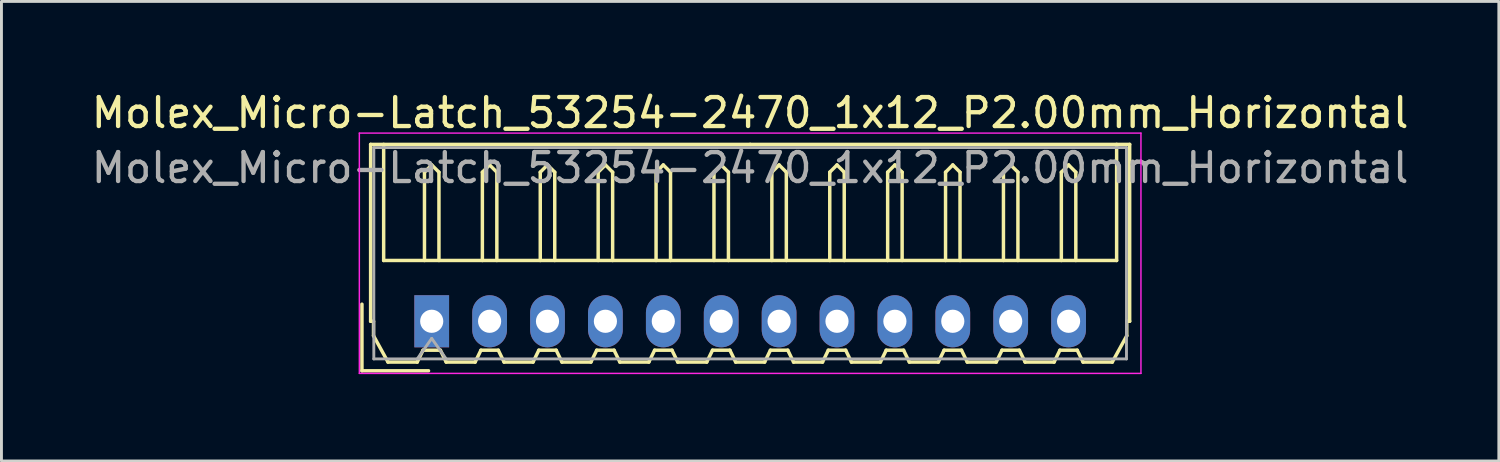
<source format=kicad_pcb>
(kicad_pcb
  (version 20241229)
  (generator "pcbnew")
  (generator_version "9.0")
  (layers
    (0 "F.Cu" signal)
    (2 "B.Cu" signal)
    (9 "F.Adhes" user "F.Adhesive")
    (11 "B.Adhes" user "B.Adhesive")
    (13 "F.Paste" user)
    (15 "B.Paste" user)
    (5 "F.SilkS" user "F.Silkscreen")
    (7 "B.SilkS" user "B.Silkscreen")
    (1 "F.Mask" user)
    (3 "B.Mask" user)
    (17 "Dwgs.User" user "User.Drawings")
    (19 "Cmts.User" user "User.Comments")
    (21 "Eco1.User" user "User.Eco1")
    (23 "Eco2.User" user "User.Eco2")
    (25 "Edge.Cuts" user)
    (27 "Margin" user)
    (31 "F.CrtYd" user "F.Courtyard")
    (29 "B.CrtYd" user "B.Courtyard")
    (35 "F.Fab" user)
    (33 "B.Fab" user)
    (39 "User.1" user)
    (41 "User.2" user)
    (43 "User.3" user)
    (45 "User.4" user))
  (footprint "Molex_Micro-Latch_53254-2470_1x12_P2.00mm_Horizontal"
    (layer "F.Cu")
    (at 11.863 8.048)
    (property "Reference" "Molex_Micro-Latch_53254-2470_1x12_P2.00mm_Horizontal" (at 11 -7.2 0) (layer "F.SilkS") (effects (font (size 1 1) (thickness 0.15))))
    (attr through_hole)
    (fp_line (start -2.41 1.71) (end -2.41 -0.59) (stroke (width 0.12) (type solid)) (layer "F.SilkS"))
    (fp_line (start -2.11 -6.11) (end 11 -6.11) (stroke (width 0.12) (type solid)) (layer "F.SilkS"))
    (fp_line (start -2.11 0) (end -2.11 -6.11) (stroke (width 0.12) (type solid)) (layer "F.SilkS"))
    (fp_line (start -2.01 0) (end -2.11 0) (stroke (width 0.12) (type solid)) (layer "F.SilkS"))
    (fp_line (start -2.01 0.5) (end -2.01 0) (stroke (width 0.12) (type solid)) (layer "F.SilkS"))
    (fp_line (start -1.66 -6.11) (end -1.66 -2.1) (stroke (width 0.12) (type solid)) (layer "F.SilkS"))
    (fp_line (start -1.66 -2.1) (end 23.66 -2.1) (stroke (width 0.12) (type solid)) (layer "F.SilkS"))
    (fp_line (start -1.51 1.41) (end -2.01 0.5) (stroke (width 0.12) (type solid)) (layer "F.SilkS"))
    (fp_line (start -0.5 1.41) (end -1.51 1.41) (stroke (width 0.12) (type solid)) (layer "F.SilkS"))
    (fp_line (start -0.3 1) (end -0.5 1.41) (stroke (width 0.12) (type solid)) (layer "F.SilkS"))
    (fp_line (start -0.3 1) (end 0.3 1) (stroke (width 0.12) (type solid)) (layer "F.SilkS"))
    (fp_line (start -0.25 -5.15) (end 0 -5.4) (stroke (width 0.12) (type solid)) (layer "F.SilkS"))
    (fp_line (start -0.25 -2.1) (end -0.25 -5.15) (stroke (width 0.12) (type solid)) (layer "F.SilkS"))
    (fp_line (start -0.11 1.71) (end -2.41 1.71) (stroke (width 0.12) (type solid)) (layer "F.SilkS"))
    (fp_line (start 0 -5.4) (end 0.25 -5.15) (stroke (width 0.12) (type solid)) (layer "F.SilkS"))
    (fp_line (start 0.25 -5.15) (end 0.25 -2.1) (stroke (width 0.12) (type solid)) (layer "F.SilkS"))
    (fp_line (start 0.3 1) (end 0.5 1.41) (stroke (width 0.12) (type solid)) (layer "F.SilkS"))
    (fp_line (start 0.5 1.41) (end 1.5 1.41) (stroke (width 0.12) (type solid)) (layer "F.SilkS"))
    (fp_line (start 1.5 1.41) (end 1.7 1) (stroke (width 0.12) (type solid)) (layer "F.SilkS"))
    (fp_line (start 1.7 1) (end 2.3 1) (stroke (width 0.12) (type solid)) (layer "F.SilkS"))
    (fp_line (start 1.75 -5.15) (end 2 -5.4) (stroke (width 0.12) (type solid)) (layer "F.SilkS"))
    (fp_line (start 1.75 -2.1) (end 1.75 -5.15) (stroke (width 0.12) (type solid)) (layer "F.SilkS"))
    (fp_line (start 2 -5.4) (end 2.25 -5.15) (stroke (width 0.12) (type solid)) (layer "F.SilkS"))
    (fp_line (start 2.25 -5.15) (end 2.25 -2.1) (stroke (width 0.12) (type solid)) (layer "F.SilkS"))
    (fp_line (start 2.3 1) (end 2.5 1.41) (stroke (width 0.12) (type solid)) (layer "F.SilkS"))
    (fp_line (start 2.5 1.41) (end 3.5 1.41) (stroke (width 0.12) (type solid)) (layer "F.SilkS"))
    (fp_line (start 3.5 1.41) (end 3.7 1) (stroke (width 0.12) (type solid)) (layer "F.SilkS"))
    (fp_line (start 3.7 1) (end 4.3 1) (stroke (width 0.12) (type solid)) (layer "F.SilkS"))
    (fp_line (start 3.75 -5.15) (end 4 -5.4) (stroke (width 0.12) (type solid)) (layer "F.SilkS"))
    (fp_line (start 3.75 -2.1) (end 3.75 -5.15) (stroke (width 0.12) (type solid)) (layer "F.SilkS"))
    (fp_line (start 4 -5.4) (end 4.25 -5.15) (stroke (width 0.12) (type solid)) (layer "F.SilkS"))
    (fp_line (start 4.25 -5.15) (end 4.25 -2.1) (stroke (width 0.12) (type solid)) (layer "F.SilkS"))
    (fp_line (start 4.3 1) (end 4.5 1.41) (stroke (width 0.12) (type solid)) (layer "F.SilkS"))
    (fp_line (start 4.5 1.41) (end 5.5 1.41) (stroke (width 0.12) (type solid)) (layer "F.SilkS"))
    (fp_line (start 5.5 1.41) (end 5.7 1) (stroke (width 0.12) (type solid)) (layer "F.SilkS"))
    (fp_line (start 5.7 1) (end 6.3 1) (stroke (width 0.12) (type solid)) (layer "F.SilkS"))
    (fp_line (start 5.75 -5.15) (end 6 -5.4) (stroke (width 0.12) (type solid)) (layer "F.SilkS"))
    (fp_line (start 5.75 -2.1) (end 5.75 -5.15) (stroke (width 0.12) (type solid)) (layer "F.SilkS"))
    (fp_line (start 6 -5.4) (end 6.25 -5.15) (stroke (width 0.12) (type solid)) (layer "F.SilkS"))
    (fp_line (start 6.25 -5.15) (end 6.25 -2.1) (stroke (width 0.12) (type solid)) (layer "F.SilkS"))
    (fp_line (start 6.3 1) (end 6.5 1.41) (stroke (width 0.12) (type solid)) (layer "F.SilkS"))
    (fp_line (start 6.5 1.41) (end 7.5 1.41) (stroke (width 0.12) (type solid)) (layer "F.SilkS"))
    (fp_line (start 7.5 1.41) (end 7.7 1) (stroke (width 0.12) (type solid)) (layer "F.SilkS"))
    (fp_line (start 7.7 1) (end 8.3 1) (stroke (width 0.12) (type solid)) (layer "F.SilkS"))
    (fp_line (start 7.75 -5.15) (end 8 -5.4) (stroke (width 0.12) (type solid)) (layer "F.SilkS"))
    (fp_line (start 7.75 -2.1) (end 7.75 -5.15) (stroke (width 0.12) (type solid)) (layer "F.SilkS"))
    (fp_line (start 8 -5.4) (end 8.25 -5.15) (stroke (width 0.12) (type solid)) (layer "F.SilkS"))
    (fp_line (start 8.25 -5.15) (end 8.25 -2.1) (stroke (width 0.12) (type solid)) (layer "F.SilkS"))
    (fp_line (start 8.3 1) (end 8.5 1.41) (stroke (width 0.12) (type solid)) (layer "F.SilkS"))
    (fp_line (start 8.5 1.41) (end 9.5 1.41) (stroke (width 0.12) (type solid)) (layer "F.SilkS"))
    (fp_line (start 9.5 1.41) (end 9.7 1) (stroke (width 0.12) (type solid)) (layer "F.SilkS"))
    (fp_line (start 9.7 1) (end 10.3 1) (stroke (width 0.12) (type solid)) (layer "F.SilkS"))
    (fp_line (start 9.75 -5.15) (end 10 -5.4) (stroke (width 0.12) (type solid)) (layer "F.SilkS"))
    (fp_line (start 9.75 -2.1) (end 9.75 -5.15) (stroke (width 0.12) (type solid)) (layer "F.SilkS"))
    (fp_line (start 10 -5.4) (end 10.25 -5.15) (stroke (width 0.12) (type solid)) (layer "F.SilkS"))
    (fp_line (start 10.25 -5.15) (end 10.25 -2.1) (stroke (width 0.12) (type solid)) (layer "F.SilkS"))
    (fp_line (start 10.3 1) (end 10.5 1.41) (stroke (width 0.12) (type solid)) (layer "F.SilkS"))
    (fp_line (start 10.5 1.41) (end 11.5 1.41) (stroke (width 0.12) (type solid)) (layer "F.SilkS"))
    (fp_line (start 11.5 1.41) (end 11.7 1) (stroke (width 0.12) (type solid)) (layer "F.SilkS"))
    (fp_line (start 11.7 1) (end 12.3 1) (stroke (width 0.12) (type solid)) (layer "F.SilkS"))
    (fp_line (start 11.75 -5.15) (end 12 -5.4) (stroke (width 0.12) (type solid)) (layer "F.SilkS"))
    (fp_line (start 11.75 -2.1) (end 11.75 -5.15) (stroke (width 0.12) (type solid)) (layer "F.SilkS"))
    (fp_line (start 12 -5.4) (end 12.25 -5.15) (stroke (width 0.12) (type solid)) (layer "F.SilkS"))
    (fp_line (start 12.25 -5.15) (end 12.25 -2.1) (stroke (width 0.12) (type solid)) (layer "F.SilkS"))
    (fp_line (start 12.3 1) (end 12.5 1.41) (stroke (width 0.12) (type solid)) (layer "F.SilkS"))
    (fp_line (start 12.5 1.41) (end 13.5 1.41) (stroke (width 0.12) (type solid)) (layer "F.SilkS"))
    (fp_line (start 13.5 1.41) (end 13.7 1) (stroke (width 0.12) (type solid)) (layer "F.SilkS"))
    (fp_line (start 13.7 1) (end 14.3 1) (stroke (width 0.12) (type solid)) (layer "F.SilkS"))
    (fp_line (start 13.75 -5.15) (end 14 -5.4) (stroke (width 0.12) (type solid)) (layer "F.SilkS"))
    (fp_line (start 13.75 -2.1) (end 13.75 -5.15) (stroke (width 0.12) (type solid)) (layer "F.SilkS"))
    (fp_line (start 14 -5.4) (end 14.25 -5.15) (stroke (width 0.12) (type solid)) (layer "F.SilkS"))
    (fp_line (start 14.25 -5.15) (end 14.25 -2.1) (stroke (width 0.12) (type solid)) (layer "F.SilkS"))
    (fp_line (start 14.3 1) (end 14.5 1.41) (stroke (width 0.12) (type solid)) (layer "F.SilkS"))
    (fp_line (start 14.5 1.41) (end 15.5 1.41) (stroke (width 0.12) (type solid)) (layer "F.SilkS"))
    (fp_line (start 15.5 1.41) (end 15.7 1) (stroke (width 0.12) (type solid)) (layer "F.SilkS"))
    (fp_line (start 15.7 1) (end 16.3 1) (stroke (width 0.12) (type solid)) (layer "F.SilkS"))
    (fp_line (start 15.75 -5.15) (end 16 -5.4) (stroke (width 0.12) (type solid)) (layer "F.SilkS"))
    (fp_line (start 15.75 -2.1) (end 15.75 -5.15) (stroke (width 0.12) (type solid)) (layer "F.SilkS"))
    (fp_line (start 16 -5.4) (end 16.25 -5.15) (stroke (width 0.12) (type solid)) (layer "F.SilkS"))
    (fp_line (start 16.25 -5.15) (end 16.25 -2.1) (stroke (width 0.12) (type solid)) (layer "F.SilkS"))
    (fp_line (start 16.3 1) (end 16.5 1.41) (stroke (width 0.12) (type solid)) (layer "F.SilkS"))
    (fp_line (start 16.5 1.41) (end 17.5 1.41) (stroke (width 0.12) (type solid)) (layer "F.SilkS"))
    (fp_line (start 17.5 1.41) (end 17.7 1) (stroke (width 0.12) (type solid)) (layer "F.SilkS"))
    (fp_line (start 17.7 1) (end 18.3 1) (stroke (width 0.12) (type solid)) (layer "F.SilkS"))
    (fp_line (start 17.75 -5.15) (end 18 -5.4) (stroke (width 0.12) (type solid)) (layer "F.SilkS"))
    (fp_line (start 17.75 -2.1) (end 17.75 -5.15) (stroke (width 0.12) (type solid)) (layer "F.SilkS"))
    (fp_line (start 18 -5.4) (end 18.25 -5.15) (stroke (width 0.12) (type solid)) (layer "F.SilkS"))
    (fp_line (start 18.25 -5.15) (end 18.25 -2.1) (stroke (width 0.12) (type solid)) (layer "F.SilkS"))
    (fp_line (start 18.3 1) (end 18.5 1.41) (stroke (width 0.12) (type solid)) (layer "F.SilkS"))
    (fp_line (start 18.5 1.41) (end 19.5 1.41) (stroke (width 0.12) (type solid)) (layer "F.SilkS"))
    (fp_line (start 19.5 1.41) (end 19.7 1) (stroke (width 0.12) (type solid)) (layer "F.SilkS"))
    (fp_line (start 19.7 1) (end 20.3 1) (stroke (width 0.12) (type solid)) (layer "F.SilkS"))
    (fp_line (start 19.75 -5.15) (end 20 -5.4) (stroke (width 0.12) (type solid)) (layer "F.SilkS"))
    (fp_line (start 19.75 -2.1) (end 19.75 -5.15) (stroke (width 0.12) (type solid)) (layer "F.SilkS"))
    (fp_line (start 20 -5.4) (end 20.25 -5.15) (stroke (width 0.12) (type solid)) (layer "F.SilkS"))
    (fp_line (start 20.25 -5.15) (end 20.25 -2.1) (stroke (width 0.12) (type solid)) (layer "F.SilkS"))
    (fp_line (start 20.3 1) (end 20.5 1.41) (stroke (width 0.12) (type solid)) (layer "F.SilkS"))
    (fp_line (start 20.5 1.41) (end 21.5 1.41) (stroke (width 0.12) (type solid)) (layer "F.SilkS"))
    (fp_line (start 21.5 1.41) (end 21.7 1) (stroke (width 0.12) (type solid)) (layer "F.SilkS"))
    (fp_line (start 21.7 1) (end 22.3 1) (stroke (width 0.12) (type solid)) (layer "F.SilkS"))
    (fp_line (start 21.75 -5.15) (end 22 -5.4) (stroke (width 0.12) (type solid)) (layer "F.SilkS"))
    (fp_line (start 21.75 -2.1) (end 21.75 -5.15) (stroke (width 0.12) (type solid)) (layer "F.SilkS"))
    (fp_line (start 22 -5.4) (end 22.25 -5.15) (stroke (width 0.12) (type solid)) (layer "F.SilkS"))
    (fp_line (start 22.25 -5.15) (end 22.25 -2.1) (stroke (width 0.12) (type solid)) (layer "F.SilkS"))
    (fp_line (start 22.3 1) (end 22.5 1.41) (stroke (width 0.12) (type solid)) (layer "F.SilkS"))
    (fp_line (start 22.5 1.41) (end 23.51 1.41) (stroke (width 0.12) (type solid)) (layer "F.SilkS"))
    (fp_line (start 23.51 1.41) (end 24.01 0.5) (stroke (width 0.12) (type solid)) (layer "F.SilkS"))
    (fp_line (start 23.66 -2.1) (end 23.66 -6.11) (stroke (width 0.12) (type solid)) (layer "F.SilkS"))
    (fp_line (start 24.01 0) (end 24.11 0) (stroke (width 0.12) (type solid)) (layer "F.SilkS"))
    (fp_line (start 24.01 0.5) (end 24.01 0) (stroke (width 0.12) (type solid)) (layer "F.SilkS"))
    (fp_line (start 24.11 -6.11) (end 11 -6.11) (stroke (width 0.12) (type solid)) (layer "F.SilkS"))
    (fp_line (start 24.11 0) (end 24.11 -6.11) (stroke (width 0.12) (type solid)) (layer "F.SilkS"))
    (fp_line (start -2.5 -6.5) (end -2.5 1.8) (stroke (width 0.05) (type solid)) (layer "F.CrtYd"))
    (fp_line (start -2.5 1.8) (end 24.5 1.8) (stroke (width 0.05) (type solid)) (layer "F.CrtYd"))
    (fp_line (start 24.5 -6.5) (end -2.5 -6.5) (stroke (width 0.05) (type solid)) (layer "F.CrtYd"))
    (fp_line (start 24.5 1.8) (end 24.5 -6.5) (stroke (width 0.05) (type solid)) (layer "F.CrtYd"))
    (fp_line (start -2 -6) (end -2 1.3) (stroke (width 0.1) (type solid)) (layer "F.Fab"))
    (fp_line (start -2 1.3) (end 24 1.3) (stroke (width 0.1) (type solid)) (layer "F.Fab"))
    (fp_line (start -0.5 1.3) (end 0 0.593) (stroke (width 0.1) (type solid)) (layer "F.Fab"))
    (fp_line (start 0 0.593) (end 0.5 1.3) (stroke (width 0.1) (type solid)) (layer "F.Fab"))
    (fp_line (start 24 -6) (end -2 -6) (stroke (width 0.1) (type solid)) (layer "F.Fab"))
    (fp_line (start 24 1.3) (end 24 -6) (stroke (width 0.1) (type solid)) (layer "F.Fab"))
    (fp_text user "${REFERENCE}" (at 11 -5.3 0) (layer "F.Fab") (effects (font (size 1 1) (thickness 0.15))))
    (pad "1" thru_hole rect (at 0 0) (size 1.2 1.8) (drill 0.8) (layers "*.Cu" "*.Mask"))
    (pad "2" thru_hole oval (at 2 0) (size 1.2 1.8) (drill 0.8) (layers "*.Cu" "*.Mask"))
    (pad "3" thru_hole oval (at 4 0) (size 1.2 1.8) (drill 0.8) (layers "*.Cu" "*.Mask"))
    (pad "4" thru_hole oval (at 6 0) (size 1.2 1.8) (drill 0.8) (layers "*.Cu" "*.Mask"))
    (pad "5" thru_hole oval (at 8 0) (size 1.2 1.8) (drill 0.8) (layers "*.Cu" "*.Mask"))
    (pad "6" thru_hole oval (at 10 0) (size 1.2 1.8) (drill 0.8) (layers "*.Cu" "*.Mask"))
    (pad "7" thru_hole oval (at 12 0) (size 1.2 1.8) (drill 0.8) (layers "*.Cu" "*.Mask"))
    (pad "8" thru_hole oval (at 14 0) (size 1.2 1.8) (drill 0.8) (layers "*.Cu" "*.Mask"))
    (pad "9" thru_hole oval (at 16 0) (size 1.2 1.8) (drill 0.8) (layers "*.Cu" "*.Mask"))
    (pad "10" thru_hole oval (at 18 0) (size 1.2 1.8) (drill 0.8) (layers "*.Cu" "*.Mask"))
    (pad "11" thru_hole oval (at 20 0) (size 1.2 1.8) (drill 0.8) (layers "*.Cu" "*.Mask"))
    (pad "12" thru_hole oval (at 22 0) (size 1.2 1.8) (drill 0.8) (layers "*.Cu" "*.Mask")))
  (gr_rect
    (start -3 -3)
    (end 48.726 12.873)
    (stroke (width 0.1) (type default))
    (fill no)
    (layer "Edge.Cuts")))
</source>
